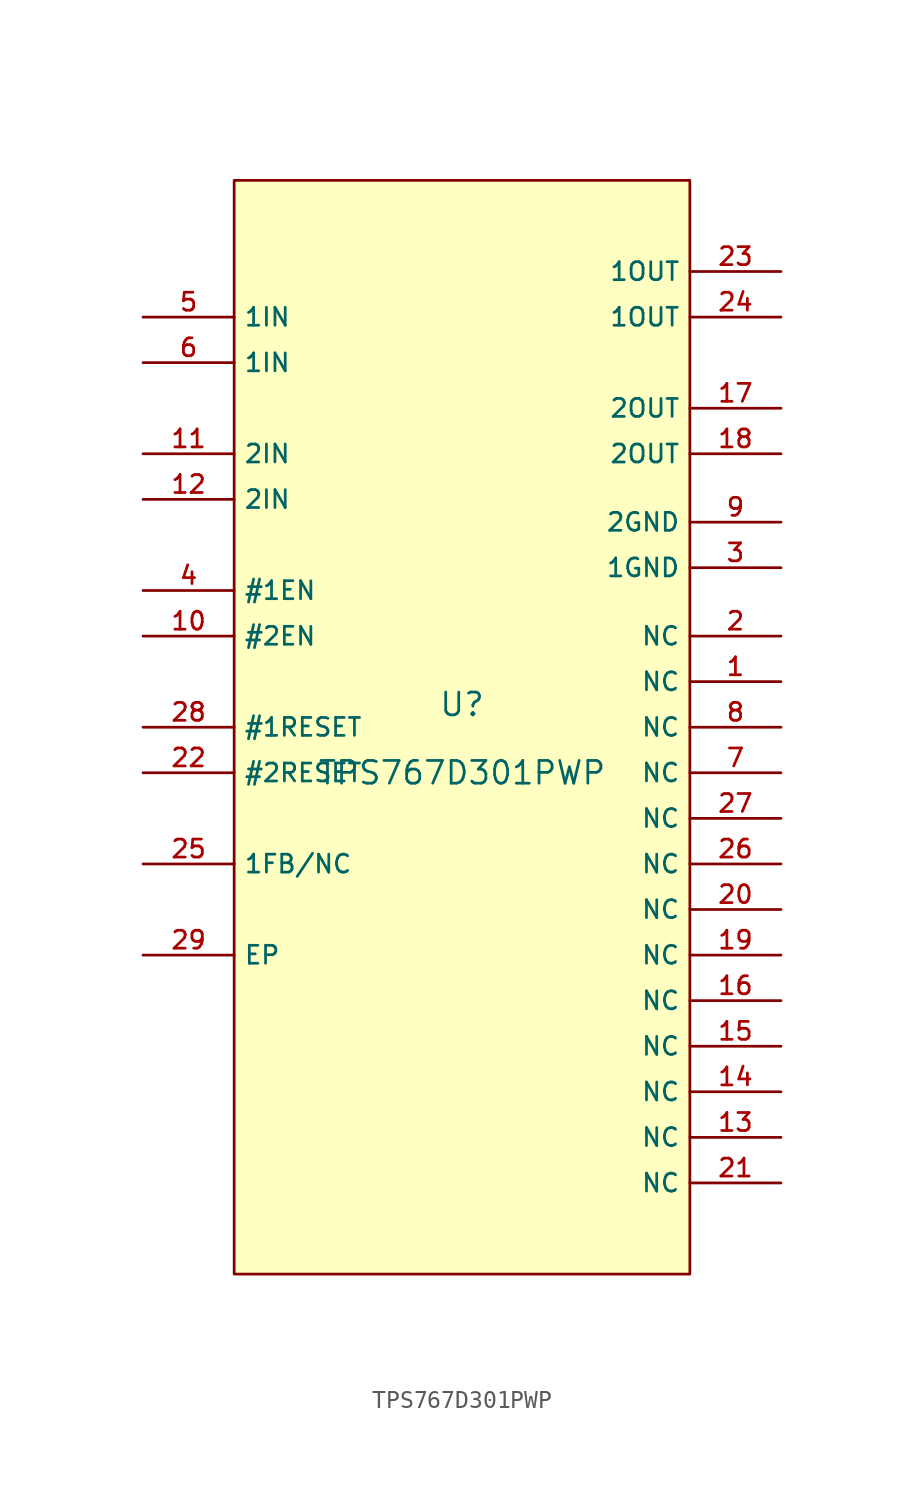
<source format=kicad_sym>
(kicad_symbol_lib
  (version 20210201)
  (generator TousstNicolas/JLC2KiCad_lib)
  (symbol "TPS767D301PWP"
    (property "Reference" "U"
      (at 0 1.27 0)
      (effects (font (size 1.27 1.27))))
    (property "Value" "TPS767D301PWP"
      (at 0 -2.54 0)
      (effects (font (size 1.27 1.27))))
    (symbol "TPS767D301PWP_0_1"
      (pin input line (at -17.78 22.86 0) (length 5.08) (name "1IN" (effects (font (size 1 1)))) (number "5" (effects (font (size 1 1)))))
      (pin input line (at -17.78 20.32 0) (length 5.08) (name "1IN" (effects (font (size 1 1)))) (number "6" (effects (font (size 1 1)))))
      (pin input line (at -17.78 15.24 0) (length 5.08) (name "2IN" (effects (font (size 1 1)))) (number "11" (effects (font (size 1 1)))))
      (pin input line (at -17.78 12.7 0) (length 5.08) (name "2IN" (effects (font (size 1 1)))) (number "12" (effects (font (size 1 1)))))
      (pin input line (at -17.78 7.62 0) (length 5.08) (name "#1EN" (effects (font (size 1 1)))) (number "4" (effects (font (size 1 1)))))
      (pin input line (at -17.78 5.08 0) (length 5.08) (name "#2EN" (effects (font (size 1 1)))) (number "10" (effects (font (size 1 1)))))
      (pin input line (at -17.78 -0.0 0) (length 5.08) (name "#1RESET" (effects (font (size 1 1)))) (number "28" (effects (font (size 1 1)))))
      (pin input line (at -17.78 -2.54 0) (length 5.08) (name "#2RESET" (effects (font (size 1 1)))) (number "22" (effects (font (size 1 1)))))
      (pin input line (at -17.78 -7.62 0) (length 5.08) (name "1FB/NC" (effects (font (size 1 1)))) (number "25" (effects (font (size 1 1)))))
      (pin input line (at -17.78 -12.7 0) (length 5.08) (name "EP" (effects (font (size 1 1)))) (number "29" (effects (font (size 1 1)))))
      (pin unspecified line (at 17.78 -25.4 180) (length 5.08) (name "NC" (effects (font (size 1 1)))) (number "21" (effects (font (size 1 1)))))
      (pin unspecified line (at 17.78 -22.86 180) (length 5.08) (name "NC" (effects (font (size 1 1)))) (number "13" (effects (font (size 1 1)))))
      (pin unspecified line (at 17.78 -20.32 180) (length 5.08) (name "NC" (effects (font (size 1 1)))) (number "14" (effects (font (size 1 1)))))
      (pin unspecified line (at 17.78 -17.78 180) (length 5.08) (name "NC" (effects (font (size 1 1)))) (number "15" (effects (font (size 1 1)))))
      (pin unspecified line (at 17.78 -15.24 180) (length 5.08) (name "NC" (effects (font (size 1 1)))) (number "16" (effects (font (size 1 1)))))
      (pin unspecified line (at 17.78 -12.7 180) (length 5.08) (name "NC" (effects (font (size 1 1)))) (number "19" (effects (font (size 1 1)))))
      (pin unspecified line (at 17.78 -10.16 180) (length 5.08) (name "NC" (effects (font (size 1 1)))) (number "20" (effects (font (size 1 1)))))
      (pin unspecified line (at 17.78 -7.62 180) (length 5.08) (name "NC" (effects (font (size 1 1)))) (number "26" (effects (font (size 1 1)))))
      (pin unspecified line (at 17.78 -5.08 180) (length 5.08) (name "NC" (effects (font (size 1 1)))) (number "27" (effects (font (size 1 1)))))
      (pin unspecified line (at 17.78 -2.54 180) (length 5.08) (name "NC" (effects (font (size 1 1)))) (number "7" (effects (font (size 1 1)))))
      (pin unspecified line (at 17.78 -0.0 180) (length 5.08) (name "NC" (effects (font (size 1 1)))) (number "8" (effects (font (size 1 1)))))
      (pin unspecified line (at 17.78 2.54 180) (length 5.08) (name "NC" (effects (font (size 1 1)))) (number "1" (effects (font (size 1 1)))))
      (pin unspecified line (at 17.78 5.08 180) (length 5.08) (name "NC" (effects (font (size 1 1)))) (number "2" (effects (font (size 1 1)))))
      (pin unspecified line (at 17.78 8.89 180) (length 5.08) (name "1GND" (effects (font (size 1 1)))) (number "3" (effects (font (size 1 1)))))
      (pin unspecified line (at 17.78 11.43 180) (length 5.08) (name "2GND" (effects (font (size 1 1)))) (number "9" (effects (font (size 1 1)))))
      (pin output line (at 17.78 25.4 180) (length 5.08) (name "1OUT" (effects (font (size 1 1)))) (number "23" (effects (font (size 1 1)))))
      (pin output line (at 17.78 22.86 180) (length 5.08) (name "1OUT" (effects (font (size 1 1)))) (number "24" (effects (font (size 1 1)))))
      (pin output line (at 17.78 17.78 180) (length 5.08) (name "2OUT" (effects (font (size 1 1)))) (number "17" (effects (font (size 1 1)))))
      (pin output line (at 17.78 15.24 180) (length 5.08) (name "2OUT" (effects (font (size 1 1)))) (number "18" (effects (font (size 1 1)))))
      (rectangle (start -12.7 30.48) (end 12.7 -30.48) (stroke (width 0) (type default) (color 0 0 0 0)) (fill (type background))))))
</source>
